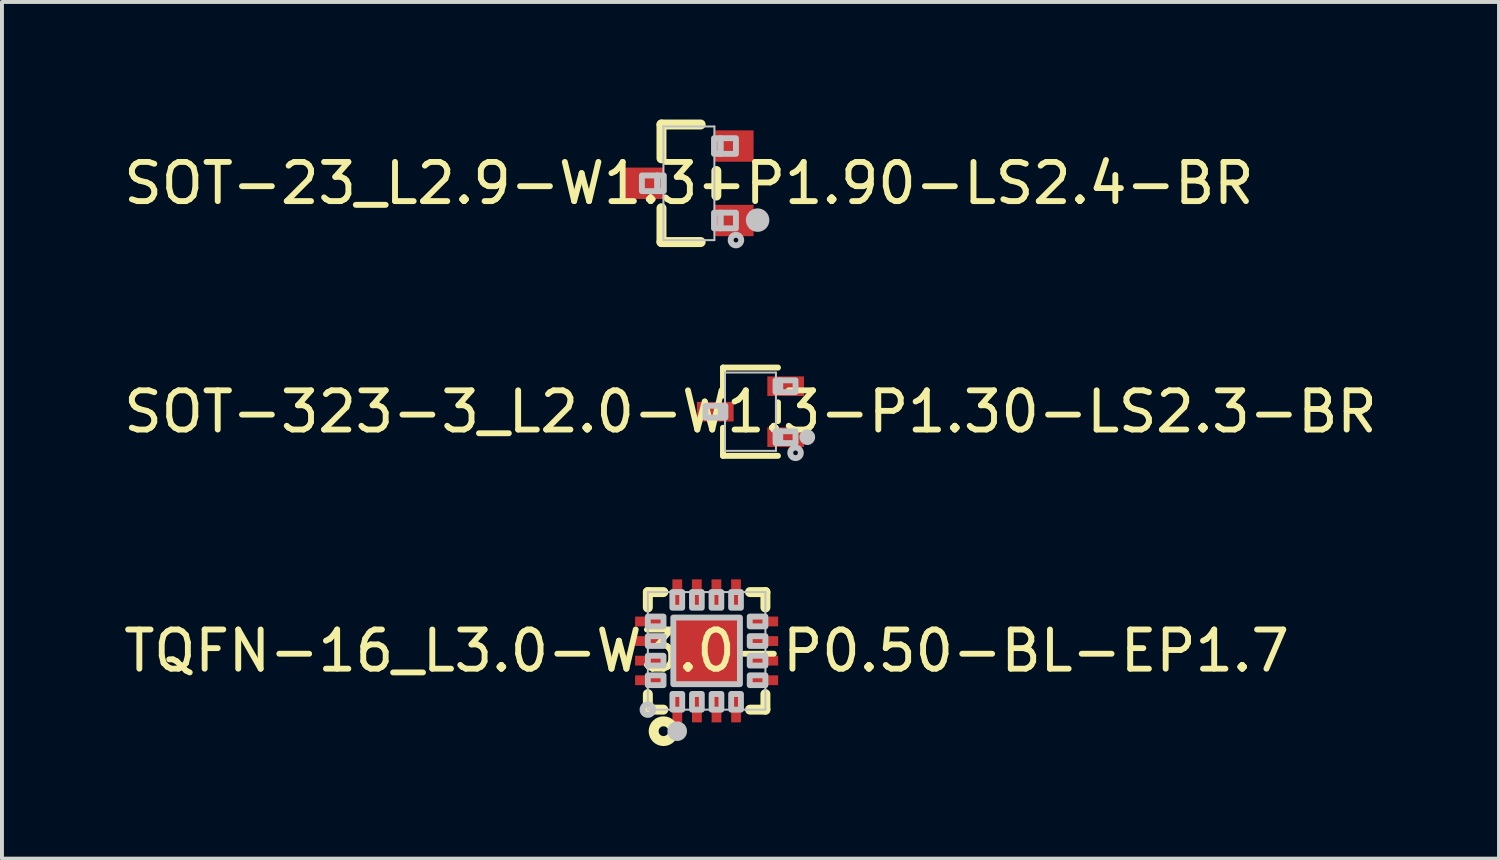
<source format=kicad_pcb>
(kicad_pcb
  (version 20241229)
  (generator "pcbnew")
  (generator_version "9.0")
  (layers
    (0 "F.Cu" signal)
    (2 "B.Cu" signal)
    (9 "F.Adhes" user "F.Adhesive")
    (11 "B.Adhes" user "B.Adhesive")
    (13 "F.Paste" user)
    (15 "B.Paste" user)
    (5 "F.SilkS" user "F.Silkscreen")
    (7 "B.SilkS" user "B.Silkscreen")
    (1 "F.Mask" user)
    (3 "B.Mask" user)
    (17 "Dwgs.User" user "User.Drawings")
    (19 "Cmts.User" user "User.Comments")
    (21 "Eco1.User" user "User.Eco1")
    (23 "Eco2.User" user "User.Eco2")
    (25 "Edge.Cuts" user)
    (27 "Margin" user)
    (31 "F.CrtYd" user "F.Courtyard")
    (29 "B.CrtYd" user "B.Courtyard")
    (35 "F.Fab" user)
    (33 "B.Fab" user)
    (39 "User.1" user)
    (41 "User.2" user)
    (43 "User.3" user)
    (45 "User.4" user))
  (footprint "TQFN-16_L3.0-W3.0-P0.50-BL-EP1.7"
    (layer "F.Cu")
    (at 14.982 13.559)
    (property "Reference" "TQFN-16_L3.0-W3.0-P0.50-BL-EP1.7" (at 0 0 0) (layer "F.SilkS") (effects (font (size 1 1) (thickness 0.15))))
    (fp_line (start -1.5 -1.5) (end -1.5 -1.108) (stroke (width 0.254) (type solid)) (layer "F.SilkS"))
    (fp_line (start -1.5 -1.5) (end -1.105 -1.5) (stroke (width 0.254) (type solid)) (layer "F.SilkS"))
    (fp_line (start -1.5 1.104) (end -1.5 1.5) (stroke (width 0.254) (type solid)) (layer "F.SilkS"))
    (fp_line (start -1.5 1.5) (end -1.105 1.5) (stroke (width 0.254) (type solid)) (layer "F.SilkS"))
    (fp_line (start 1.106 -1.5) (end 1.5 -1.5) (stroke (width 0.254) (type solid)) (layer "F.SilkS"))
    (fp_line (start 1.108 1.5) (end 1.5 1.5) (stroke (width 0.254) (type solid)) (layer "F.SilkS"))
    (fp_line (start 1.5 -1.108) (end 1.5 -1.5) (stroke (width 0.254) (type solid)) (layer "F.SilkS"))
    (fp_line (start 1.5 1.5) (end 1.5 1.104) (stroke (width 0.254) (type solid)) (layer "F.SilkS"))
    (fp_circle (center -1.1 2.05) (end -0.975 2.05) (stroke (width 0.254) (type solid)) (fill no) (layer "F.SilkS"))
    (fp_poly (pts (xy -1.075 -0.625) (xy -1.075 -0.875) (xy -1.825 -0.875) (xy -1.825 -0.625) (xy -1.075 -0.625)) (stroke (width 0.15) (type solid)) (fill yes) (layer "F.Paste"))
    (fp_poly (pts (xy -1.075 -0.125) (xy -1.075 -0.375) (xy -1.825 -0.375) (xy -1.825 -0.125) (xy -1.075 -0.125)) (stroke (width 0.15) (type solid)) (fill yes) (layer "F.Paste"))
    (fp_poly (pts (xy -1.075 0.375) (xy -1.075 0.125) (xy -1.825 0.125) (xy -1.825 0.375) (xy -1.075 0.375)) (stroke (width 0.15) (type solid)) (fill yes) (layer "F.Paste"))
    (fp_poly (pts (xy -1.075 0.875) (xy -1.075 0.625) (xy -1.825 0.625) (xy -1.825 0.875) (xy -1.075 0.875)) (stroke (width 0.15) (type solid)) (fill yes) (layer "F.Paste"))
    (fp_poly (pts (xy -0.68 -0.68) (xy 0.68 -0.68) (xy 0.68 0.68) (xy -0.68 0.68) (xy -0.68 -0.68)) (stroke (width 0.15) (type solid)) (fill yes) (layer "F.Paste"))
    (fp_poly (pts (xy -0.624 -1.825) (xy -0.874 -1.825) (xy -0.874 -1.075) (xy -0.624 -1.075) (xy -0.624 -1.825)) (stroke (width 0.15) (type solid)) (fill yes) (layer "F.Paste"))
    (fp_poly (pts (xy -0.623 1.075) (xy -0.873 1.075) (xy -0.873 1.825) (xy -0.623 1.825) (xy -0.623 1.075)) (stroke (width 0.15) (type solid)) (fill yes) (layer "F.Paste"))
    (fp_poly (pts (xy -0.124 -1.825) (xy -0.374 -1.825) (xy -0.374 -1.075) (xy -0.124 -1.075) (xy -0.124 -1.825)) (stroke (width 0.15) (type solid)) (fill yes) (layer "F.Paste"))
    (fp_poly (pts (xy -0.123 1.075) (xy -0.374 1.075) (xy -0.374 1.825) (xy -0.123 1.825) (xy -0.123 1.075)) (stroke (width 0.15) (type solid)) (fill yes) (layer "F.Paste"))
    (fp_poly (pts (xy 0.376 -1.825) (xy 0.126 -1.825) (xy 0.126 -1.075) (xy 0.376 -1.075) (xy 0.376 -1.825)) (stroke (width 0.15) (type solid)) (fill yes) (layer "F.Paste"))
    (fp_poly (pts (xy 0.377 1.075) (xy 0.127 1.075) (xy 0.127 1.825) (xy 0.377 1.825) (xy 0.377 1.075)) (stroke (width 0.15) (type solid)) (fill yes) (layer "F.Paste"))
    (fp_poly (pts (xy 0.876 -1.825) (xy 0.626 -1.825) (xy 0.626 -1.075) (xy 0.876 -1.075) (xy 0.876 -1.825)) (stroke (width 0.15) (type solid)) (fill yes) (layer "F.Paste"))
    (fp_poly (pts (xy 0.876 1.075) (xy 0.626 1.075) (xy 0.626 1.825) (xy 0.876 1.825) (xy 0.876 1.075)) (stroke (width 0.15) (type solid)) (fill yes) (layer "F.Paste"))
    (fp_poly (pts (xy 1.825 -0.625) (xy 1.825 -0.875) (xy 1.075 -0.875) (xy 1.075 -0.625) (xy 1.825 -0.625)) (stroke (width 0.15) (type solid)) (fill yes) (layer "F.Paste"))
    (fp_poly (pts (xy 1.825 -0.125) (xy 1.825 -0.375) (xy 1.075 -0.375) (xy 1.075 -0.125) (xy 1.825 -0.125)) (stroke (width 0.15) (type solid)) (fill yes) (layer "F.Paste"))
    (fp_poly (pts (xy 1.825 0.375) (xy 1.825 0.125) (xy 1.075 0.125) (xy 1.075 0.375) (xy 1.825 0.375)) (stroke (width 0.15) (type solid)) (fill yes) (layer "F.Paste"))
    (fp_poly (pts (xy 1.825 0.875) (xy 1.825 0.625) (xy 1.075 0.625) (xy 1.075 0.875) (xy 1.825 0.875)) (stroke (width 0.15) (type solid)) (fill yes) (layer "F.Paste"))
    (fp_line (start -1.5 -1.5) (end 1.5 -1.5) (stroke (width 0.051) (type solid)) (layer "Dwgs.User"))
    (fp_line (start -1.5 1.5) (end -1.5 -1.5) (stroke (width 0.051) (type solid)) (layer "Dwgs.User"))
    (fp_line (start 1.5 -1.5) (end 1.5 1.5) (stroke (width 0.051) (type solid)) (layer "Dwgs.User"))
    (fp_line (start 1.5 1.5) (end -1.5 1.5) (stroke (width 0.051) (type solid)) (layer "Dwgs.User"))
    (fp_circle (center -1.5 1.5) (end -1.44 1.5) (stroke (width 0.15) (type solid)) (fill no) (layer "Dwgs.User"))
    (fp_circle (center -0.75 2.05) (end -0.625 2.05) (stroke (width 0.25) (type solid)) (fill no) (layer "Dwgs.User"))
    (fp_poly (pts (xy -1.1 0.625) (xy -1.1 0.875) (xy -1.5 0.875) (xy -1.5 0.625) (xy -1.1 0.625)) (stroke (width 0.15) (type solid)) (fill no) (layer "Dwgs.User"))
    (fp_poly (pts (xy -1.1 -0.875) (xy -1.1 -0.625) (xy -1.5 -0.625) (xy -1.5 -0.875) (xy -1.1 -0.875)) (stroke (width 0.15) (type solid)) (fill no) (layer "Dwgs.User"))
    (fp_poly (pts (xy -1.1 -0.375) (xy -1.1 -0.125) (xy -1.5 -0.125) (xy -1.5 -0.375) (xy -1.1 -0.375)) (stroke (width 0.15) (type solid)) (fill no) (layer "Dwgs.User"))
    (fp_poly (pts (xy -1.1 0.125) (xy -1.1 0.375) (xy -1.5 0.375) (xy -1.5 0.125) (xy -1.1 0.125)) (stroke (width 0.15) (type solid)) (fill no) (layer "Dwgs.User"))
    (fp_poly (pts (xy -0.874 -1.5) (xy -0.624 -1.5) (xy -0.624 -1.1) (xy -0.874 -1.1) (xy -0.874 -1.5)) (stroke (width 0.15) (type solid)) (fill no) (layer "Dwgs.User"))
    (fp_poly (pts (xy -0.85 -0.85) (xy 0.85 -0.85) (xy 0.85 0.85) (xy -0.85 0.85) (xy -0.85 -0.85)) (stroke (width 0.15) (type solid)) (fill no) (layer "Dwgs.User"))
    (fp_poly (pts (xy -0.623 1.5) (xy -0.873 1.5) (xy -0.873 1.1) (xy -0.623 1.1) (xy -0.623 1.5)) (stroke (width 0.15) (type solid)) (fill no) (layer "Dwgs.User"))
    (fp_poly (pts (xy -0.374 -1.5) (xy -0.124 -1.5) (xy -0.124 -1.1) (xy -0.374 -1.1) (xy -0.374 -1.5)) (stroke (width 0.15) (type solid)) (fill no) (layer "Dwgs.User"))
    (fp_poly (pts (xy -0.123 1.5) (xy -0.373 1.5) (xy -0.373 1.1) (xy -0.123 1.1) (xy -0.123 1.5)) (stroke (width 0.15) (type solid)) (fill no) (layer "Dwgs.User"))
    (fp_poly (pts (xy 0.125 -1.5) (xy 0.375 -1.5) (xy 0.375 -1.1) (xy 0.125 -1.1) (xy 0.125 -1.5)) (stroke (width 0.15) (type solid)) (fill no) (layer "Dwgs.User"))
    (fp_poly (pts (xy 0.377 1.5) (xy 0.127 1.5) (xy 0.127 1.1) (xy 0.377 1.1) (xy 0.377 1.5)) (stroke (width 0.15) (type solid)) (fill no) (layer "Dwgs.User"))
    (fp_poly (pts (xy 0.625 -1.5) (xy 0.875 -1.5) (xy 0.875 -1.1) (xy 0.625 -1.1) (xy 0.625 -1.5)) (stroke (width 0.15) (type solid)) (fill no) (layer "Dwgs.User"))
    (fp_poly (pts (xy 0.876 1.5) (xy 0.626 1.5) (xy 0.626 1.1) (xy 0.876 1.1) (xy 0.876 1.5)) (stroke (width 0.15) (type solid)) (fill no) (layer "Dwgs.User"))
    (fp_poly (pts (xy 1.1 -0.625) (xy 1.1 -0.875) (xy 1.5 -0.875) (xy 1.5 -0.625) (xy 1.1 -0.625)) (stroke (width 0.15) (type solid)) (fill no) (layer "Dwgs.User"))
    (fp_poly (pts (xy 1.1 -0.125) (xy 1.1 -0.375) (xy 1.5 -0.375) (xy 1.5 -0.125) (xy 1.1 -0.125)) (stroke (width 0.15) (type solid)) (fill no) (layer "Dwgs.User"))
    (fp_poly (pts (xy 1.1 0.375) (xy 1.1 0.125) (xy 1.5 0.125) (xy 1.5 0.375) (xy 1.1 0.375)) (stroke (width 0.15) (type solid)) (fill no) (layer "Dwgs.User"))
    (fp_poly (pts (xy 1.1 0.875) (xy 1.1 0.625) (xy 1.5 0.625) (xy 1.5 0.875) (xy 1.1 0.875)) (stroke (width 0.15) (type solid)) (fill no) (layer "Dwgs.User"))
    (pad "1" smd rect (at -0.748 1.45) (size 0.25 0.75) (layers "F.Cu" "F.Mask" "F.Paste"))
    (pad "2" smd rect (at -0.248 1.45) (size 0.25 0.75) (layers "F.Cu" "F.Mask" "F.Paste"))
    (pad "3" smd rect (at 0.252 1.45) (size 0.25 0.75) (layers "F.Cu" "F.Mask" "F.Paste"))
    (pad "4" smd rect (at 0.751 1.45) (size 0.25 0.75) (layers "F.Cu" "F.Mask" "F.Paste"))
    (pad "5" smd rect (at 1.45 0.75) (size 0.75 0.25) (layers "F.Cu" "F.Mask" "F.Paste"))
    (pad "6" smd rect (at 1.45 0.25) (size 0.75 0.25) (layers "F.Cu" "F.Mask" "F.Paste"))
    (pad "7" smd rect (at 1.45 -0.25) (size 0.75 0.25) (layers "F.Cu" "F.Mask" "F.Paste"))
    (pad "8" smd rect (at 1.45 -0.75) (size 0.75 0.25) (layers "F.Cu" "F.Mask" "F.Paste"))
    (pad "9" smd rect (at 0.75 -1.45) (size 0.25 0.75) (layers "F.Cu" "F.Mask" "F.Paste"))
    (pad "10" smd rect (at 0.25 -1.45) (size 0.25 0.75) (layers "F.Cu" "F.Mask" "F.Paste"))
    (pad "11" smd rect (at -0.25 -1.45) (size 0.25 0.75) (layers "F.Cu" "F.Mask" "F.Paste"))
    (pad "12" smd rect (at -0.749 -1.45) (size 0.25 0.75) (layers "F.Cu" "F.Mask" "F.Paste"))
    (pad "13" smd rect (at -1.45 -0.75) (size 0.75 0.25) (layers "F.Cu" "F.Mask" "F.Paste"))
    (pad "14" smd rect (at -1.45 -0.25) (size 0.75 0.25) (layers "F.Cu" "F.Mask" "F.Paste"))
    (pad "15" smd rect (at -1.45 0.25) (size 0.75 0.25) (layers "F.Cu" "F.Mask" "F.Paste"))
    (pad "16" smd rect (at -1.45 0.75) (size 0.75 0.25) (layers "F.Cu" "F.Mask" "F.Paste"))
    (pad "17" smd rect (at 0.0004 0) (size 1.7 1.7) (layers "F.Cu" "F.Mask" "F.Paste")))
  (footprint "SOT-23_L2.9-W1.3-P1.90-LS2.4-BR"
    (layer "F.Cu")
    (at 14.53 1.627)
    (property "Reference" "SOT-23_L2.9-W1.3-P1.90-LS2.4-BR" (at 0 0 0) (layer "F.SilkS") (effects (font (size 1 1) (thickness 0.15))))
    (fp_line (start -0.7 -1.5) (end 0.3 -1.5) (stroke (width 0.254) (type solid)) (layer "F.SilkS"))
    (fp_line (start -0.7 -0.636) (end -0.7 -1.5) (stroke (width 0.254) (type solid)) (layer "F.SilkS"))
    (fp_line (start -0.7 1.5) (end -0.7 0.636) (stroke (width 0.254) (type solid)) (layer "F.SilkS"))
    (fp_line (start -0.7 1.5) (end 0.3 1.5) (stroke (width 0.254) (type solid)) (layer "F.SilkS"))
    (fp_line (start 0.7 0.314) (end 0.7 -0.314) (stroke (width 0.254) (type solid)) (layer "F.SilkS"))
    (fp_line (start -0.65 -1.45) (end 0.65 -1.45) (stroke (width 0.051) (type solid)) (layer "Dwgs.User"))
    (fp_line (start -0.65 1.45) (end -0.65 -1.45) (stroke (width 0.051) (type solid)) (layer "Dwgs.User"))
    (fp_line (start 0.65 -1.45) (end 0.65 1.45) (stroke (width 0.051) (type solid)) (layer "Dwgs.User"))
    (fp_line (start 0.65 1.45) (end -0.65 1.45) (stroke (width 0.051) (type solid)) (layer "Dwgs.User"))
    (fp_circle (center 1.2 1.45) (end 1.26 1.45) (stroke (width 0.15) (type solid)) (fill no) (layer "Dwgs.User"))
    (fp_circle (center 1.753 0.94) (end 1.903 0.94) (stroke (width 0.3) (type solid)) (fill no) (layer "Dwgs.User"))
    (fp_poly (pts (xy -1.2 0.2) (xy -1.2 -0.2) (xy -0.8 -0.2) (xy -0.8 0.2) (xy -1.2 0.2)) (stroke (width 0.15) (type solid)) (fill no) (layer "Dwgs.User"))
    (fp_poly (pts (xy -0.81 0.2) (xy -0.81 -0.2) (xy -0.64 -0.2) (xy -0.64 0.2) (xy -0.81 0.2)) (stroke (width 0.15) (type solid)) (fill no) (layer "Dwgs.User"))
    (fp_poly (pts (xy 0.64 -0.75) (xy 0.64 -1.15) (xy 0.81 -1.15) (xy 0.81 -0.75) (xy 0.64 -0.75)) (stroke (width 0.15) (type solid)) (fill no) (layer "Dwgs.User"))
    (fp_poly (pts (xy 0.64 1.15) (xy 0.64 0.75) (xy 0.81 0.75) (xy 0.81 1.15) (xy 0.64 1.15)) (stroke (width 0.15) (type solid)) (fill no) (layer "Dwgs.User"))
    (fp_poly (pts (xy 0.8 -0.75) (xy 0.8 -1.15) (xy 1.2 -1.15) (xy 1.2 -0.75) (xy 0.8 -0.75)) (stroke (width 0.15) (type solid)) (fill no) (layer "Dwgs.User"))
    (fp_poly (pts (xy 0.8 1.15) (xy 0.8 0.75) (xy 1.2 0.75) (xy 1.2 1.15) (xy 0.8 1.15)) (stroke (width 0.15) (type solid)) (fill no) (layer "Dwgs.User"))
    (pad "1" smd rect (at 1.15 0.95 180) (size 1 0.8) (layers "F.Cu" "F.Mask" "F.Paste"))
    (pad "2" smd rect (at 1.15 -0.95 180) (size 1 0.8) (layers "F.Cu" "F.Mask" "F.Paste"))
    (pad "3" smd rect (at -1.15 -0.0001 180) (size 1 0.8) (layers "F.Cu" "F.Mask" "F.Paste")))
  (footprint "SOT-323-3_L2.0-W1.3-P1.30-LS2.3-BR"
    (layer "F.Cu")
    (at 16.101 7.456)
    (property "Reference" "SOT-323-3_L2.0-W1.3-P1.30-LS2.3-BR" (at 0 0 0) (layer "F.SilkS") (effects (font (size 1 1) (thickness 0.15))))
    (fp_line (start -0.701 -1.126) (end -0.701 -0.411) (stroke (width 0.152) (type solid)) (layer "F.SilkS"))
    (fp_line (start -0.701 1.126) (end -0.701 0.411) (stroke (width 0.152) (type solid)) (layer "F.SilkS"))
    (fp_line (start 0.701 -1.126) (end -0.701 -1.126) (stroke (width 0.152) (type solid)) (layer "F.SilkS"))
    (fp_line (start 0.701 -0.239) (end 0.701 0.239) (stroke (width 0.152) (type solid)) (layer "F.SilkS"))
    (fp_line (start 0.701 1.126) (end -0.701 1.126) (stroke (width 0.152) (type solid)) (layer "F.SilkS"))
    (fp_line (start -0.65 -1) (end 0.65 -1) (stroke (width 0.051) (type solid)) (layer "Dwgs.User"))
    (fp_line (start -0.65 1) (end -0.65 -1) (stroke (width 0.051) (type solid)) (layer "Dwgs.User"))
    (fp_line (start 0.65 -1) (end 0.65 1) (stroke (width 0.051) (type solid)) (layer "Dwgs.User"))
    (fp_line (start 0.65 1) (end -0.65 1) (stroke (width 0.051) (type solid)) (layer "Dwgs.User"))
    (fp_circle (center 1.15 1.05) (end 1.21 1.05) (stroke (width 0.15) (type solid)) (fill no) (layer "Dwgs.User"))
    (fp_circle (center 1.45 0.65) (end 1.55 0.65) (stroke (width 0.2) (type solid)) (fill no) (layer "Dwgs.User"))
    (fp_poly (pts (xy -1.15 0.15) (xy -1.15 -0.15) (xy -0.75 -0.15) (xy -0.75 0.15) (xy -1.15 0.15)) (stroke (width 0.15) (type solid)) (fill no) (layer "Dwgs.User"))
    (fp_poly (pts (xy -0.76 0.15) (xy -0.76 -0.15) (xy -0.64 -0.15) (xy -0.64 0.15) (xy -0.76 0.15)) (stroke (width 0.15) (type solid)) (fill no) (layer "Dwgs.User"))
    (fp_poly (pts (xy 0.64 -0.5) (xy 0.64 -0.8) (xy 0.76 -0.8) (xy 0.76 -0.5) (xy 0.64 -0.5)) (stroke (width 0.15) (type solid)) (fill no) (layer "Dwgs.User"))
    (fp_poly (pts (xy 0.64 0.8) (xy 0.64 0.5) (xy 0.76 0.5) (xy 0.76 0.8) (xy 0.64 0.8)) (stroke (width 0.15) (type solid)) (fill no) (layer "Dwgs.User"))
    (fp_poly (pts (xy 0.75 -0.5) (xy 0.75 -0.8) (xy 1.15 -0.8) (xy 1.15 -0.5) (xy 0.75 -0.5)) (stroke (width 0.15) (type solid)) (fill no) (layer "Dwgs.User"))
    (fp_poly (pts (xy 0.75 0.8) (xy 0.75 0.5) (xy 1.15 0.5) (xy 1.15 0.8) (xy 0.75 0.8)) (stroke (width 0.15) (type solid)) (fill no) (layer "Dwgs.User"))
    (pad "1" smd rect (at 0.898 0.65) (size 0.936 0.5) (layers "F.Cu" "F.Mask" "F.Paste"))
    (pad "2" smd rect (at 0.898 -0.65) (size 0.936 0.5) (layers "F.Cu" "F.Mask" "F.Paste"))
    (pad "3" smd rect (at -0.898 0) (size 0.936 0.5) (layers "F.Cu" "F.Mask" "F.Paste")))
  (gr_rect
    (start -3 -3)
    (end 35.202 18.861)
    (stroke (width 0.1) (type default))
    (fill no)
    (layer "Edge.Cuts")))
</source>
